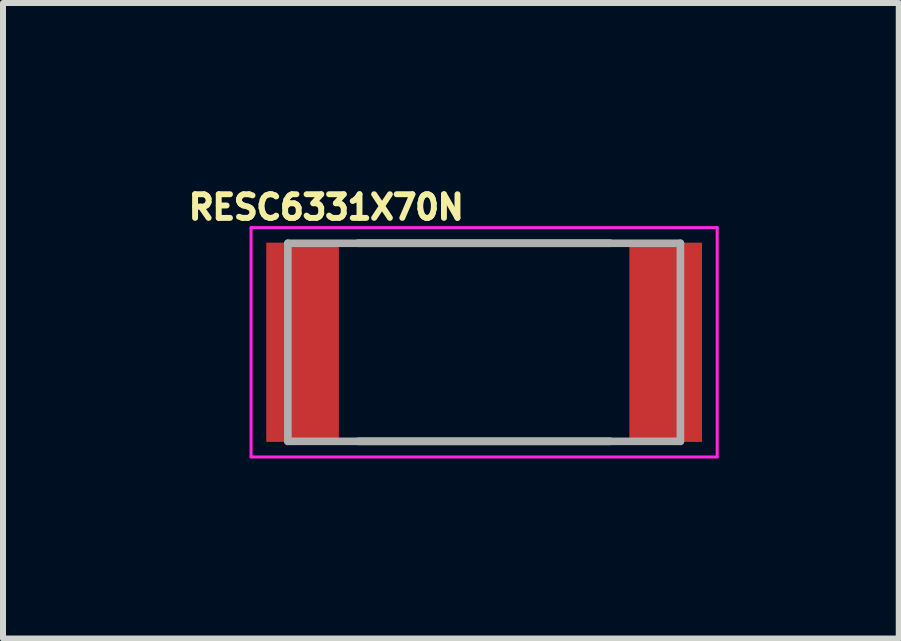
<source format=kicad_pcb>
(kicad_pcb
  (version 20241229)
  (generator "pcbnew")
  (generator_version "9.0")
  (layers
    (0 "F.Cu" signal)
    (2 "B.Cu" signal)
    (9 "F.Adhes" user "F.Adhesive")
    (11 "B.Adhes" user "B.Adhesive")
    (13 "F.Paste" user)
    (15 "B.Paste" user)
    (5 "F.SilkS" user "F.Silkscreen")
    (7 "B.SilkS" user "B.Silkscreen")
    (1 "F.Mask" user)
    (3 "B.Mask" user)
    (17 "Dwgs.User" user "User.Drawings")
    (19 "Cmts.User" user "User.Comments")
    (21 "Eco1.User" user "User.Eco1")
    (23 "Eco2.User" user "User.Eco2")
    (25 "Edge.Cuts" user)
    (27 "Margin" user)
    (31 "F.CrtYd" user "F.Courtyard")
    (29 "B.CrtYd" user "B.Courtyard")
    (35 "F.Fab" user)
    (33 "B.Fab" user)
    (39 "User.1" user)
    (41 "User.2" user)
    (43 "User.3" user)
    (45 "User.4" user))
  (footprint "RESC6331X70N"
    (layer "F.Cu")
    (at 5.016 2.653)
    (property "Reference" "RESC6331X70N" (at -2.63 -2.25 0) (layer "F.SilkS") (effects (font (size 0.394 0.394) (thickness 0.15))))
    (attr smd)
    (fp_line (start -2.1 -1.65) (end 2.1 -1.65) (stroke (width 0.127) (type solid)) (layer "F.SilkS"))
    (fp_line (start -2.1 1.65) (end 2.1 1.65) (stroke (width 0.127) (type solid)) (layer "F.SilkS"))
    (fp_line (start -3.883 -1.91) (end 3.883 -1.91) (stroke (width 0.05) (type solid)) (layer "F.CrtYd"))
    (fp_line (start -3.883 1.91) (end -3.883 -1.91) (stroke (width 0.05) (type solid)) (layer "F.CrtYd"))
    (fp_line (start -3.883 1.91) (end 3.883 1.91) (stroke (width 0.05) (type solid)) (layer "F.CrtYd"))
    (fp_line (start 3.883 1.91) (end 3.883 -1.91) (stroke (width 0.05) (type solid)) (layer "F.CrtYd"))
    (fp_line (start -3.27 1.65) (end -3.27 -1.65) (stroke (width 0.127) (type solid)) (layer "F.Fab"))
    (fp_line (start 3.27 -1.65) (end -3.27 -1.65) (stroke (width 0.127) (type solid)) (layer "F.Fab"))
    (fp_line (start 3.27 1.65) (end -3.27 1.65) (stroke (width 0.127) (type solid)) (layer "F.Fab"))
    (fp_line (start 3.27 1.65) (end 3.27 -1.65) (stroke (width 0.127) (type solid)) (layer "F.Fab"))
    (pad "1" smd rect (at -3.025 0) (size 1.21 3.32) (layers "F.Cu" "F.Mask" "F.Paste"))
    (pad "2" smd rect (at 3.025 0) (size 1.21 3.32) (layers "F.Cu" "F.Mask" "F.Paste")))
  (gr_rect
    (start -3 -3)
    (end 11.924 7.588)
    (stroke (width 0.1) (type default))
    (fill no)
    (layer "Edge.Cuts")))
</source>
